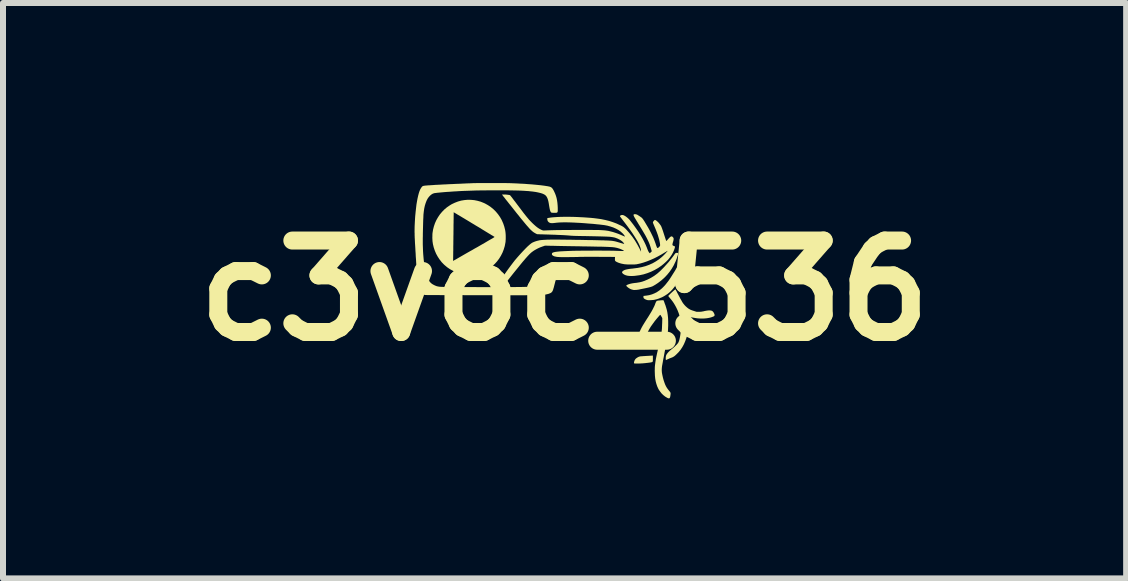
<source format=kicad_pcb>
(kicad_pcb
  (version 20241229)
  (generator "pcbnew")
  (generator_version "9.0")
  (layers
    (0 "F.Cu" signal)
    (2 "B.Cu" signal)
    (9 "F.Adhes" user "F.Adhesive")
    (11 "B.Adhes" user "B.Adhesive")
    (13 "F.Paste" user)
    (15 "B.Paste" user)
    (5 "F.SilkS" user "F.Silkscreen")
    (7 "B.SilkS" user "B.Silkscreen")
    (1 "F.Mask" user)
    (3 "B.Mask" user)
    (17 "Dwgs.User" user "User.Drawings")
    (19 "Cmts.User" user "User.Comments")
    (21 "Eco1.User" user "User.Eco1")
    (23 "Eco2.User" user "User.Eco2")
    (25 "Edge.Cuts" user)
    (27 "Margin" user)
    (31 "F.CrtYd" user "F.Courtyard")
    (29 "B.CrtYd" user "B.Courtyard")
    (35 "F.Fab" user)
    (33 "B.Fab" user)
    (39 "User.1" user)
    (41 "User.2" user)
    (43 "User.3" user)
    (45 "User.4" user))
  (footprint "c3voc_536"
    (layer "F.Cu")
    (at 6.357 1.793)
    (property "Reference" "c3voc_536" (at 0 0 0) (layer "F.SilkS") (effects (font (size 1.524 1.524) (thickness 0.3))))
    (attr board_only exclude_from_pos_files exclude_from_bom)
    (fp_poly (pts (xy 1.472 1.13) (xy 1.472 1.149) (xy 1.472 1.163) (xy 1.471 1.174) (xy 1.469 1.181) (xy 1.466 1.186) (xy 1.462 1.189) (xy 1.456 1.192) (xy 1.45 1.193) (xy 1.44 1.195) (xy 1.426 1.198) (xy 1.409 1.2) (xy 1.388 1.203) (xy 1.366 1.205) (xy 1.342 1.208) (xy 1.318 1.21) (xy 1.295 1.212) (xy 1.272 1.213) (xy 1.252 1.214) (xy 1.235 1.215) (xy 1.235 1.215) (xy 1.218 1.215) (xy 1.201 1.215) (xy 1.187 1.215) (xy 1.177 1.214) (xy 1.17 1.214) (xy 1.163 1.213) (xy 1.159 1.211) (xy 1.157 1.208) (xy 1.157 1.201) (xy 1.158 1.192) (xy 1.163 1.173) (xy 1.171 1.155) (xy 1.183 1.138) (xy 1.188 1.133) (xy 1.201 1.123) (xy 1.216 1.113) (xy 1.233 1.104) (xy 1.25 1.098) (xy 1.259 1.096) (xy 1.266 1.095) (xy 1.278 1.094) (xy 1.294 1.093) (xy 1.314 1.091) (xy 1.337 1.09) (xy 1.362 1.088) (xy 1.389 1.087) (xy 1.418 1.085) (xy 1.437 1.084) (xy 1.472 1.082)) (stroke (width 0) (type solid)) (fill yes) (layer "F.SilkS"))
    (fp_poly (pts (xy 1.932 -0.459) (xy 1.939 -0.454) (xy 1.946 -0.447) (xy 1.954 -0.439) (xy 1.96 -0.43) (xy 1.963 -0.425) (xy 1.966 -0.418) (xy 1.967 -0.411) (xy 1.968 -0.403) (xy 1.967 -0.392) (xy 1.965 -0.377) (xy 1.961 -0.357) (xy 1.955 -0.335) (xy 1.948 -0.31) (xy 1.94 -0.283) (xy 1.931 -0.256) (xy 1.922 -0.23) (xy 1.913 -0.207) (xy 1.889 -0.154) (xy 1.861 -0.104) (xy 1.829 -0.059) (xy 1.794 -0.016) (xy 1.756 0.022) (xy 1.715 0.056) (xy 1.67 0.085) (xy 1.623 0.111) (xy 1.612 0.115) (xy 1.574 0.131) (xy 1.536 0.143) (xy 1.499 0.152) (xy 1.484 0.155) (xy 1.466 0.156) (xy 1.447 0.158) (xy 1.427 0.159) (xy 1.409 0.159) (xy 1.393 0.159) (xy 1.381 0.158) (xy 1.38 0.157) (xy 1.369 0.154) (xy 1.356 0.149) (xy 1.343 0.143) (xy 1.332 0.136) (xy 1.323 0.13) (xy 1.321 0.127) (xy 1.317 0.121) (xy 1.315 0.115) (xy 1.315 0.105) (xy 1.315 0.104) (xy 1.315 0.088) (xy 1.326 0.087) (xy 1.334 0.086) (xy 1.345 0.085) (xy 1.358 0.083) (xy 1.363 0.083) (xy 1.411 0.075) (xy 1.457 0.062) (xy 1.501 0.044) (xy 1.544 0.021) (xy 1.584 -0.006) (xy 1.624 -0.039) (xy 1.634 -0.049) (xy 1.652 -0.067) (xy 1.67 -0.086) (xy 1.688 -0.107) (xy 1.705 -0.129) (xy 1.724 -0.153) (xy 1.743 -0.179) (xy 1.763 -0.209) (xy 1.784 -0.242) (xy 1.807 -0.279) (xy 1.833 -0.32) (xy 1.844 -0.338) (xy 1.86 -0.366) (xy 1.874 -0.389) (xy 1.886 -0.408) (xy 1.896 -0.423) (xy 1.904 -0.436) (xy 1.91 -0.445) (xy 1.915 -0.452) (xy 1.92 -0.457) (xy 1.923 -0.46) (xy 1.926 -0.461) (xy 1.927 -0.461)) (stroke (width 0) (type solid)) (fill yes) (layer "F.SilkS"))
    (fp_poly (pts (xy 1.867 -0.629) (xy 1.873 -0.629) (xy 1.892 -0.628) (xy 1.893 -0.619) (xy 1.892 -0.612) (xy 1.89 -0.602) (xy 1.886 -0.588) (xy 1.881 -0.572) (xy 1.875 -0.554) (xy 1.869 -0.535) (xy 1.862 -0.516) (xy 1.855 -0.498) (xy 1.848 -0.481) (xy 1.847 -0.48) (xy 1.819 -0.421) (xy 1.786 -0.365) (xy 1.749 -0.312) (xy 1.707 -0.261) (xy 1.661 -0.213) (xy 1.611 -0.169) (xy 1.557 -0.128) (xy 1.51 -0.097) (xy 1.496 -0.089) (xy 1.484 -0.082) (xy 1.473 -0.076) (xy 1.461 -0.07) (xy 1.449 -0.066) (xy 1.435 -0.061) (xy 1.419 -0.057) (xy 1.4 -0.052) (xy 1.377 -0.047) (xy 1.35 -0.041) (xy 1.345 -0.04) (xy 1.316 -0.034) (xy 1.291 -0.029) (xy 1.27 -0.025) (xy 1.253 -0.021) (xy 1.239 -0.018) (xy 1.227 -0.016) (xy 1.218 -0.015) (xy 1.209 -0.014) (xy 1.202 -0.013) (xy 1.194 -0.012) (xy 1.186 -0.012) (xy 1.181 -0.012) (xy 1.167 -0.011) (xy 1.156 -0.011) (xy 1.147 -0.012) (xy 1.138 -0.014) (xy 1.128 -0.017) (xy 1.125 -0.017) (xy 1.098 -0.027) (xy 1.075 -0.04) (xy 1.053 -0.056) (xy 1.047 -0.062) (xy 1.026 -0.081) (xy 1.032 -0.087) (xy 1.043 -0.096) (xy 1.059 -0.103) (xy 1.08 -0.11) (xy 1.105 -0.117) (xy 1.136 -0.123) (xy 1.172 -0.128) (xy 1.175 -0.128) (xy 1.202 -0.131) (xy 1.225 -0.135) (xy 1.245 -0.138) (xy 1.263 -0.142) (xy 1.279 -0.146) (xy 1.295 -0.15) (xy 1.311 -0.156) (xy 1.325 -0.16) (xy 1.384 -0.185) (xy 1.441 -0.214) (xy 1.495 -0.247) (xy 1.545 -0.284) (xy 1.569 -0.305) (xy 1.595 -0.328) (xy 1.623 -0.356) (xy 1.652 -0.385) (xy 1.681 -0.417) (xy 1.711 -0.45) (xy 1.74 -0.483) (xy 1.767 -0.517) (xy 1.793 -0.55) (xy 1.817 -0.582) (xy 1.823 -0.591) (xy 1.833 -0.605) (xy 1.841 -0.615) (xy 1.846 -0.622) (xy 1.851 -0.626) (xy 1.856 -0.628) (xy 1.861 -0.629)) (stroke (width 0) (type solid)) (fill yes) (layer "F.SilkS"))
    (fp_poly (pts (xy 1.85 -0.018) (xy 1.853 -0.012) (xy 1.859 -0.002) (xy 1.866 0.011) (xy 1.874 0.027) (xy 1.882 0.043) (xy 1.9 0.077) (xy 1.917 0.109) (xy 1.932 0.138) (xy 1.947 0.163) (xy 1.959 0.185) (xy 1.97 0.203) (xy 1.978 0.214) (xy 1.998 0.239) (xy 2.02 0.262) (xy 2.045 0.284) (xy 2.069 0.302) (xy 2.094 0.316) (xy 2.094 0.316) (xy 2.103 0.32) (xy 2.116 0.325) (xy 2.132 0.331) (xy 2.148 0.336) (xy 2.157 0.339) (xy 2.201 0.353) (xy 2.237 0.353) (xy 2.251 0.353) (xy 2.262 0.352) (xy 2.274 0.351) (xy 2.286 0.35) (xy 2.3 0.347) (xy 2.318 0.344) (xy 2.328 0.341) (xy 2.359 0.335) (xy 2.386 0.331) (xy 2.408 0.329) (xy 2.427 0.33) (xy 2.443 0.332) (xy 2.456 0.337) (xy 2.468 0.344) (xy 2.477 0.355) (xy 2.486 0.367) (xy 2.492 0.38) (xy 2.498 0.394) (xy 2.501 0.406) (xy 2.499 0.415) (xy 2.494 0.423) (xy 2.483 0.43) (xy 2.468 0.436) (xy 2.465 0.437) (xy 2.44 0.446) (xy 2.415 0.452) (xy 2.39 0.457) (xy 2.362 0.461) (xy 2.33 0.464) (xy 2.328 0.464) (xy 2.29 0.465) (xy 2.251 0.464) (xy 2.21 0.461) (xy 2.166 0.454) (xy 2.126 0.447) (xy 2.106 0.443) (xy 2.091 0.44) (xy 2.08 0.438) (xy 2.073 0.438) (xy 2.067 0.438) (xy 2.064 0.44) (xy 2.062 0.443) (xy 2.061 0.445) (xy 2.06 0.45) (xy 2.06 0.459) (xy 2.059 0.473) (xy 2.059 0.49) (xy 2.06 0.509) (xy 2.06 0.531) (xy 2.061 0.553) (xy 2.062 0.576) (xy 2.063 0.599) (xy 2.063 0.615) (xy 2.063 0.632) (xy 2.061 0.65) (xy 2.058 0.67) (xy 2.054 0.693) (xy 2.048 0.721) (xy 2.046 0.728) (xy 2.031 0.787) (xy 2.011 0.842) (xy 1.989 0.893) (xy 1.963 0.941) (xy 1.933 0.986) (xy 1.899 1.027) (xy 1.861 1.065) (xy 1.847 1.078) (xy 1.834 1.089) (xy 1.823 1.097) (xy 1.811 1.104) (xy 1.798 1.111) (xy 1.782 1.117) (xy 1.769 1.122) (xy 1.755 1.127) (xy 1.738 1.135) (xy 1.722 1.142) (xy 1.717 1.144) (xy 1.69 1.157) (xy 1.688 1.15) (xy 1.686 1.143) (xy 1.686 1.132) (xy 1.686 1.118) (xy 1.687 1.105) (xy 1.689 1.092) (xy 1.692 1.082) (xy 1.692 1.081) (xy 1.698 1.067) (xy 1.708 1.052) (xy 1.721 1.035) (xy 1.737 1.018) (xy 1.757 0.999) (xy 1.782 0.978) (xy 1.799 0.964) (xy 1.824 0.943) (xy 1.846 0.922) (xy 1.866 0.903) (xy 1.881 0.886) (xy 1.892 0.872) (xy 1.9 0.857) (xy 1.908 0.837) (xy 1.915 0.812) (xy 1.921 0.784) (xy 1.927 0.752) (xy 1.932 0.716) (xy 1.936 0.678) (xy 1.938 0.638) (xy 1.939 0.635) (xy 1.94 0.58) (xy 1.937 0.527) (xy 1.929 0.475) (xy 1.918 0.425) (xy 1.902 0.375) (xy 1.882 0.324) (xy 1.861 0.28) (xy 1.841 0.243) (xy 1.82 0.208) (xy 1.797 0.175) (xy 1.771 0.142) (xy 1.755 0.123) (xy 1.746 0.113) (xy 1.739 0.103) (xy 1.733 0.096) (xy 1.73 0.092) (xy 1.73 0.092) (xy 1.73 0.09) (xy 1.73 0.087) (xy 1.733 0.083) (xy 1.738 0.077) (xy 1.746 0.069) (xy 1.756 0.059) (xy 1.766 0.049) (xy 1.782 0.034) (xy 1.797 0.02) (xy 1.811 0.008) (xy 1.823 -0.003) (xy 1.834 -0.012) (xy 1.842 -0.018) (xy 1.847 -0.021) (xy 1.848 -0.021)) (stroke (width 0) (type solid)) (fill yes) (layer "F.SilkS"))
    (fp_poly (pts (xy -1.559 -1.513) (xy -1.504 -1.508) (xy -1.45 -1.497) (xy -1.397 -1.482) (xy -1.345 -1.461) (xy -1.325 -1.452) (xy -1.275 -1.424) (xy -1.228 -1.392) (xy -1.184 -1.356) (xy -1.144 -1.316) (xy -1.108 -1.273) (xy -1.075 -1.226) (xy -1.047 -1.177) (xy -1.045 -1.172) (xy -1.022 -1.12) (xy -1.004 -1.067) (xy -0.99 -1.011) (xy -0.985 -0.98) (xy -0.983 -0.961) (xy -0.981 -0.937) (xy -0.98 -0.912) (xy -0.98 -0.885) (xy -0.98 -0.859) (xy -0.982 -0.834) (xy -0.983 -0.813) (xy -0.985 -0.801) (xy -0.996 -0.743) (xy -1.013 -0.687) (xy -1.034 -0.633) (xy -1.06 -0.582) (xy -1.09 -0.533) (xy -1.125 -0.487) (xy -1.161 -0.447) (xy -1.202 -0.409) (xy -1.247 -0.375) (xy -1.295 -0.345) (xy -1.345 -0.32) (xy -1.397 -0.299) (xy -1.451 -0.283) (xy -1.503 -0.273) (xy -1.514 -0.272) (xy -1.53 -0.271) (xy -1.548 -0.269) (xy -1.568 -0.269) (xy -1.588 -0.268) (xy -1.606 -0.268) (xy -1.623 -0.268) (xy -1.636 -0.268) (xy -1.64 -0.268) (xy -1.697 -0.276) (xy -1.753 -0.289) (xy -1.806 -0.307) (xy -1.858 -0.33) (xy -1.908 -0.357) (xy -1.955 -0.389) (xy -1.999 -0.426) (xy -2.009 -0.435) (xy -2.048 -0.475) (xy -2.063 -0.495) (xy -1.857 -0.495) (xy -1.848 -0.5) (xy -1.844 -0.502) (xy -1.837 -0.507) (xy -1.825 -0.513) (xy -1.809 -0.522) (xy -1.79 -0.533) (xy -1.768 -0.546) (xy -1.742 -0.561) (xy -1.714 -0.577) (xy -1.683 -0.595) (xy -1.65 -0.614) (xy -1.615 -0.634) (xy -1.578 -0.655) (xy -1.54 -0.676) (xy -1.501 -0.699) (xy -1.452 -0.726) (xy -1.409 -0.751) (xy -1.369 -0.774) (xy -1.334 -0.794) (xy -1.302 -0.813) (xy -1.275 -0.829) (xy -1.251 -0.843) (xy -1.23 -0.855) (xy -1.212 -0.865) (xy -1.198 -0.873) (xy -1.187 -0.88) (xy -1.178 -0.886) (xy -1.172 -0.89) (xy -1.168 -0.893) (xy -1.166 -0.895) (xy -1.166 -0.895) (xy -1.169 -0.897) (xy -1.176 -0.901) (xy -1.186 -0.908) (xy -1.201 -0.917) (xy -1.219 -0.927) (xy -1.239 -0.94) (xy -1.263 -0.954) (xy -1.289 -0.97) (xy -1.317 -0.987) (xy -1.346 -1.005) (xy -1.378 -1.024) (xy -1.41 -1.044) (xy -1.443 -1.064) (xy -1.477 -1.084) (xy -1.511 -1.105) (xy -1.545 -1.125) (xy -1.579 -1.146) (xy -1.612 -1.166) (xy -1.644 -1.185) (xy -1.675 -1.204) (xy -1.704 -1.221) (xy -1.732 -1.238) (xy -1.757 -1.253) (xy -1.78 -1.266) (xy -1.799 -1.278) (xy -1.816 -1.288) (xy -1.83 -1.296) (xy -1.839 -1.302) (xy -1.845 -1.306) (xy -1.847 -1.306) (xy -1.847 -1.304) (xy -1.847 -1.296) (xy -1.847 -1.284) (xy -1.847 -1.267) (xy -1.848 -1.246) (xy -1.848 -1.222) (xy -1.848 -1.195) (xy -1.849 -1.165) (xy -1.849 -1.132) (xy -1.85 -1.097) (xy -1.85 -1.06) (xy -1.85 -1.025) (xy -1.851 -0.984) (xy -1.851 -0.942) (xy -1.852 -0.899) (xy -1.852 -0.858) (xy -1.853 -0.817) (xy -1.853 -0.777) (xy -1.854 -0.74) (xy -1.854 -0.706) (xy -1.854 -0.675) (xy -1.855 -0.648) (xy -1.855 -0.626) (xy -1.855 -0.62) (xy -1.857 -0.495) (xy -2.063 -0.495) (xy -2.082 -0.519) (xy -2.113 -0.566) (xy -2.14 -0.615) (xy -2.162 -0.667) (xy -2.18 -0.721) (xy -2.193 -0.775) (xy -2.2 -0.822) (xy -2.201 -0.84) (xy -2.202 -0.861) (xy -2.203 -0.884) (xy -2.202 -0.908) (xy -2.202 -0.931) (xy -2.201 -0.951) (xy -2.2 -0.96) (xy -2.191 -1.016) (xy -2.177 -1.071) (xy -2.159 -1.124) (xy -2.136 -1.175) (xy -2.108 -1.224) (xy -2.077 -1.27) (xy -2.041 -1.313) (xy -2.002 -1.353) (xy -1.959 -1.389) (xy -1.912 -1.421) (xy -1.879 -1.441) (xy -1.828 -1.465) (xy -1.776 -1.485) (xy -1.723 -1.5) (xy -1.669 -1.509) (xy -1.614 -1.514)) (stroke (width 0) (type solid)) (fill yes) (layer "F.SilkS"))
    (fp_poly (pts (xy 1.647 0.159) (xy 1.648 0.16) (xy 1.65 0.163) (xy 1.653 0.17) (xy 1.658 0.181) (xy 1.663 0.195) (xy 1.668 0.21) (xy 1.674 0.226) (xy 1.68 0.241) (xy 1.685 0.256) (xy 1.689 0.27) (xy 1.69 0.272) (xy 1.703 0.316) (xy 1.713 0.361) (xy 1.72 0.408) (xy 1.725 0.459) (xy 1.727 0.512) (xy 1.727 0.57) (xy 1.727 0.583) (xy 1.726 0.607) (xy 1.725 0.631) (xy 1.724 0.655) (xy 1.722 0.68) (xy 1.719 0.705) (xy 1.716 0.732) (xy 1.713 0.761) (xy 1.708 0.792) (xy 1.703 0.825) (xy 1.697 0.862) (xy 1.69 0.901) (xy 1.682 0.945) (xy 1.674 0.993) (xy 1.664 1.045) (xy 1.659 1.073) (xy 1.652 1.111) (xy 1.645 1.144) (xy 1.64 1.172) (xy 1.636 1.196) (xy 1.632 1.217) (xy 1.629 1.234) (xy 1.626 1.249) (xy 1.624 1.262) (xy 1.623 1.273) (xy 1.622 1.282) (xy 1.621 1.291) (xy 1.621 1.299) (xy 1.62 1.306) (xy 1.62 1.314) (xy 1.62 1.32) (xy 1.62 1.335) (xy 1.621 1.348) (xy 1.622 1.359) (xy 1.623 1.371) (xy 1.626 1.385) (xy 1.629 1.403) (xy 1.63 1.407) (xy 1.64 1.452) (xy 1.651 1.492) (xy 1.663 1.528) (xy 1.675 1.561) (xy 1.689 1.591) (xy 1.705 1.619) (xy 1.723 1.644) (xy 1.743 1.669) (xy 1.745 1.672) (xy 1.755 1.683) (xy 1.761 1.692) (xy 1.765 1.7) (xy 1.767 1.707) (xy 1.767 1.717) (xy 1.766 1.729) (xy 1.766 1.731) (xy 1.763 1.753) (xy 1.76 1.77) (xy 1.756 1.782) (xy 1.75 1.791) (xy 1.744 1.795) (xy 1.735 1.795) (xy 1.725 1.792) (xy 1.712 1.786) (xy 1.708 1.784) (xy 1.676 1.765) (xy 1.646 1.741) (xy 1.618 1.714) (xy 1.593 1.682) (xy 1.57 1.649) (xy 1.559 1.628) (xy 1.543 1.592) (xy 1.53 1.553) (xy 1.519 1.511) (xy 1.511 1.466) (xy 1.506 1.417) (xy 1.504 1.364) (xy 1.503 1.333) (xy 1.504 1.31) (xy 1.504 1.288) (xy 1.505 1.266) (xy 1.507 1.244) (xy 1.51 1.221) (xy 1.513 1.197) (xy 1.517 1.171) (xy 1.521 1.144) (xy 1.527 1.114) (xy 1.534 1.081) (xy 1.542 1.044) (xy 1.551 1.004) (xy 1.561 0.959) (xy 1.57 0.923) (xy 1.579 0.882) (xy 1.587 0.847) (xy 1.595 0.815) (xy 1.601 0.786) (xy 1.606 0.761) (xy 1.61 0.737) (xy 1.614 0.715) (xy 1.617 0.694) (xy 1.619 0.674) (xy 1.621 0.653) (xy 1.623 0.631) (xy 1.624 0.608) (xy 1.625 0.582) (xy 1.626 0.554) (xy 1.627 0.542) (xy 1.629 0.458) (xy 1.615 0.432) (xy 1.608 0.421) (xy 1.603 0.412) (xy 1.599 0.406) (xy 1.597 0.404) (xy 1.595 0.404) (xy 1.592 0.405) (xy 1.587 0.409) (xy 1.58 0.416) (xy 1.572 0.426) (xy 1.56 0.439) (xy 1.546 0.456) (xy 1.543 0.459) (xy 1.503 0.508) (xy 1.468 0.556) (xy 1.436 0.601) (xy 1.41 0.645) (xy 1.387 0.689) (xy 1.368 0.731) (xy 1.352 0.773) (xy 1.341 0.815) (xy 1.332 0.857) (xy 1.328 0.896) (xy 1.326 0.909) (xy 1.325 0.919) (xy 1.324 0.926) (xy 1.32 0.931) (xy 1.315 0.934) (xy 1.307 0.937) (xy 1.295 0.939) (xy 1.279 0.942) (xy 1.245 0.948) (xy 1.238 0.942) (xy 1.233 0.937) (xy 1.229 0.93) (xy 1.226 0.919) (xy 1.223 0.904) (xy 1.221 0.886) (xy 1.22 0.867) (xy 1.22 0.845) (xy 1.221 0.821) (xy 1.223 0.797) (xy 1.225 0.774) (xy 1.229 0.753) (xy 1.229 0.751) (xy 1.235 0.729) (xy 1.243 0.705) (xy 1.254 0.679) (xy 1.268 0.649) (xy 1.284 0.617) (xy 1.304 0.581) (xy 1.328 0.542) (xy 1.354 0.5) (xy 1.37 0.475) (xy 1.399 0.43) (xy 1.424 0.389) (xy 1.447 0.351) (xy 1.466 0.317) (xy 1.482 0.285) (xy 1.496 0.257) (xy 1.507 0.231) (xy 1.513 0.213) (xy 1.52 0.197) (xy 1.526 0.185) (xy 1.532 0.176) (xy 1.539 0.171) (xy 1.547 0.168) (xy 1.553 0.167) (xy 1.563 0.165) (xy 1.576 0.164) (xy 1.589 0.163) (xy 1.604 0.161) (xy 1.618 0.16) (xy 1.63 0.16) (xy 1.64 0.159)) (stroke (width 0) (type solid)) (fill yes) (layer "F.SilkS"))
    (fp_poly (pts (xy -1.156 -1.793) (xy -1.114 -1.793) (xy -1.074 -1.793) (xy -1.035 -1.793) (xy -0.999 -1.792) (xy -0.966 -1.792) (xy -0.936 -1.791) (xy -0.91 -1.791) (xy -0.889 -1.79) (xy -0.884 -1.79) (xy -0.808 -1.787) (xy -0.737 -1.783) (xy -0.671 -1.78) (xy -0.609 -1.775) (xy -0.551 -1.771) (xy -0.496 -1.766) (xy -0.445 -1.761) (xy -0.396 -1.756) (xy -0.349 -1.75) (xy -0.327 -1.747) (xy -0.303 -1.743) (xy -0.283 -1.74) (xy -0.268 -1.737) (xy -0.255 -1.734) (xy -0.245 -1.732) (xy -0.236 -1.728) (xy -0.229 -1.725) (xy -0.226 -1.723) (xy -0.216 -1.717) (xy -0.208 -1.709) (xy -0.199 -1.698) (xy -0.19 -1.684) (xy -0.18 -1.666) (xy -0.173 -1.652) (xy -0.157 -1.617) (xy -0.144 -1.582) (xy -0.133 -1.545) (xy -0.125 -1.506) (xy -0.119 -1.464) (xy -0.115 -1.419) (xy -0.113 -1.378) (xy -0.113 -1.356) (xy -0.113 -1.339) (xy -0.113 -1.326) (xy -0.115 -1.316) (xy -0.117 -1.309) (xy -0.121 -1.304) (xy -0.125 -1.301) (xy -0.129 -1.299) (xy -0.137 -1.298) (xy -0.147 -1.297) (xy -0.161 -1.297) (xy -0.175 -1.297) (xy -0.189 -1.297) (xy -0.203 -1.298) (xy -0.213 -1.299) (xy -0.22 -1.301) (xy -0.221 -1.301) (xy -0.228 -1.308) (xy -0.235 -1.32) (xy -0.241 -1.337) (xy -0.247 -1.36) (xy -0.252 -1.387) (xy -0.256 -1.41) (xy -0.262 -1.448) (xy -0.268 -1.481) (xy -0.275 -1.509) (xy -0.283 -1.534) (xy -0.292 -1.554) (xy -0.303 -1.572) (xy -0.316 -1.587) (xy -0.332 -1.599) (xy -0.351 -1.609) (xy -0.372 -1.618) (xy -0.398 -1.626) (xy -0.427 -1.633) (xy -0.454 -1.639) (xy -0.48 -1.644) (xy -0.508 -1.648) (xy -0.537 -1.652) (xy -0.569 -1.655) (xy -0.603 -1.659) (xy -0.639 -1.661) (xy -0.679 -1.664) (xy -0.721 -1.666) (xy -0.767 -1.668) (xy -0.816 -1.669) (xy -0.869 -1.67) (xy -0.926 -1.671) (xy -0.988 -1.671) (xy -1.054 -1.672) (xy -1.125 -1.672) (xy -1.201 -1.671) (xy -1.203 -1.671) (xy -1.253 -1.671) (xy -1.298 -1.671) (xy -1.339 -1.67) (xy -1.376 -1.67) (xy -1.41 -1.67) (xy -1.442 -1.669) (xy -1.472 -1.669) (xy -1.501 -1.668) (xy -1.528 -1.667) (xy -1.556 -1.666) (xy -1.584 -1.665) (xy -1.613 -1.664) (xy -1.644 -1.663) (xy -1.676 -1.662) (xy -1.679 -1.662) (xy -1.719 -1.66) (xy -1.76 -1.658) (xy -1.801 -1.655) (xy -1.843 -1.653) (xy -1.884 -1.65) (xy -1.923 -1.647) (xy -1.962 -1.645) (xy -1.999 -1.642) (xy -2.033 -1.639) (xy -2.065 -1.636) (xy -2.094 -1.633) (xy -2.119 -1.631) (xy -2.141 -1.628) (xy -2.158 -1.626) (xy -2.171 -1.624) (xy -2.175 -1.623) (xy -2.199 -1.614) (xy -2.221 -1.6) (xy -2.243 -1.581) (xy -2.263 -1.559) (xy -2.282 -1.532) (xy -2.298 -1.501) (xy -2.301 -1.494) (xy -2.315 -1.457) (xy -2.328 -1.415) (xy -2.338 -1.369) (xy -2.345 -1.321) (xy -2.349 -1.285) (xy -2.351 -1.265) (xy -2.352 -1.24) (xy -2.353 -1.211) (xy -2.355 -1.179) (xy -2.356 -1.144) (xy -2.357 -1.106) (xy -2.358 -1.068) (xy -2.359 -1.028) (xy -2.36 -0.989) (xy -2.361 -0.949) (xy -2.361 -0.911) (xy -2.362 -0.875) (xy -2.362 -0.841) (xy -2.362 -0.81) (xy -2.362 -0.783) (xy -2.362 -0.771) (xy -2.36 -0.712) (xy -2.358 -0.658) (xy -2.355 -0.608) (xy -2.351 -0.562) (xy -2.347 -0.518) (xy -2.342 -0.476) (xy -2.335 -0.435) (xy -2.328 -0.396) (xy -2.32 -0.356) (xy -2.31 -0.316) (xy -2.301 -0.279) (xy -2.291 -0.247) (xy -2.282 -0.219) (xy -2.272 -0.195) (xy -2.262 -0.175) (xy -2.252 -0.157) (xy -2.241 -0.142) (xy -2.228 -0.129) (xy -2.219 -0.121) (xy -2.206 -0.111) (xy -2.189 -0.101) (xy -2.17 -0.091) (xy -2.15 -0.082) (xy -2.132 -0.075) (xy -2.121 -0.072) (xy -2.116 -0.071) (xy -2.111 -0.07) (xy -2.106 -0.069) (xy -2.101 -0.068) (xy -2.095 -0.067) (xy -2.088 -0.066) (xy -2.081 -0.065) (xy -2.072 -0.064) (xy -2.062 -0.064) (xy -2.05 -0.063) (xy -2.037 -0.063) (xy -2.021 -0.062) (xy -2.003 -0.062) (xy -1.983 -0.062) (xy -1.96 -0.061) (xy -1.934 -0.061) (xy -1.905 -0.061) (xy -1.873 -0.061) (xy -1.837 -0.06) (xy -1.797 -0.06) (xy -1.754 -0.06) (xy -1.706 -0.06) (xy -1.653 -0.06) (xy -1.596 -0.06) (xy -1.535 -0.06) (xy -1.468 -0.059) (xy -1.455 -0.059) (xy -1.364 -0.059) (xy -1.279 -0.059) (xy -1.199 -0.059) (xy -1.124 -0.059) (xy -1.053 -0.059) (xy -0.987 -0.059) (xy -0.925 -0.06) (xy -0.868 -0.06) (xy -0.815 -0.06) (xy -0.766 -0.061) (xy -0.72 -0.061) (xy -0.678 -0.062) (xy -0.64 -0.063) (xy -0.605 -0.063) (xy -0.573 -0.064) (xy -0.544 -0.065) (xy -0.518 -0.066) (xy -0.495 -0.067) (xy -0.474 -0.069) (xy -0.456 -0.07) (xy -0.44 -0.072) (xy -0.426 -0.073) (xy -0.414 -0.075) (xy -0.404 -0.077) (xy -0.396 -0.079) (xy -0.391 -0.08) (xy -0.372 -0.088) (xy -0.355 -0.099) (xy -0.339 -0.114) (xy -0.324 -0.132) (xy -0.311 -0.155) (xy -0.298 -0.182) (xy -0.287 -0.213) (xy -0.277 -0.248) (xy -0.268 -0.289) (xy -0.26 -0.335) (xy -0.256 -0.356) (xy -0.253 -0.373) (xy -0.251 -0.39) (xy -0.248 -0.404) (xy -0.246 -0.416) (xy -0.244 -0.423) (xy -0.244 -0.423) (xy -0.237 -0.439) (xy -0.226 -0.452) (xy -0.211 -0.462) (xy -0.194 -0.469) (xy -0.177 -0.471) (xy -0.161 -0.468) (xy -0.147 -0.46) (xy -0.145 -0.458) (xy -0.138 -0.451) (xy -0.132 -0.443) (xy -0.129 -0.434) (xy -0.126 -0.423) (xy -0.124 -0.408) (xy -0.123 -0.389) (xy -0.123 -0.385) (xy -0.123 -0.361) (xy -0.124 -0.337) (xy -0.125 -0.313) (xy -0.128 -0.287) (xy -0.132 -0.259) (xy -0.138 -0.229) (xy -0.145 -0.194) (xy -0.152 -0.16) (xy -0.159 -0.132) (xy -0.166 -0.105) (xy -0.173 -0.078) (xy -0.179 -0.054) (xy -0.186 -0.032) (xy -0.191 -0.014) (xy -0.195 -0.004) (xy -0.204 0.014) (xy -0.218 0.03) (xy -0.231 0.039) (xy -0.247 0.046) (xy -0.268 0.054) (xy -0.293 0.06) (xy -0.321 0.066) (xy -0.351 0.071) (xy -0.384 0.074) (xy -0.39 0.075) (xy -0.397 0.075) (xy -0.408 0.075) (xy -0.425 0.075) (xy -0.446 0.076) (xy -0.472 0.076) (xy -0.503 0.076) (xy -0.538 0.076) (xy -0.577 0.076) (xy -0.62 0.076) (xy -0.666 0.077) (xy -0.717 0.077) (xy -0.771 0.077) (xy -0.828 0.077) (xy -0.888 0.077) (xy -0.951 0.077) (xy -1.017 0.077) (xy -1.086 0.077) (xy -1.157 0.077) (xy -1.23 0.076) (xy -1.305 0.076) (xy -1.382 0.076) (xy -1.461 0.076) (xy -1.542 0.076) (xy -1.624 0.076) (xy -1.707 0.075) (xy -1.791 0.075) (xy -1.876 0.075) (xy -1.937 0.075) (xy -2.329 0.073) (xy -2.342 0.065) (xy -2.355 0.053) (xy -2.368 0.036) (xy -2.381 0.015) (xy -2.393 -0.01) (xy -2.405 -0.039) (xy -2.416 -0.07) (xy -2.425 -0.104) (xy -2.429 -0.123) (xy -2.437 -0.158) (xy -2.443 -0.193) (xy -2.449 -0.229) (xy -2.454 -0.265) (xy -2.459 -0.304) (xy -2.463 -0.345) (xy -2.467 -0.39) (xy -2.47 -0.438) (xy -2.472 -0.463) (xy -2.475 -0.519) (xy -2.479 -0.57) (xy -2.481 -0.617) (xy -2.484 -0.659) (xy -2.486 -0.698) (xy -2.488 -0.732) (xy -2.49 -0.763) (xy -2.492 -0.79) (xy -2.493 -0.815) (xy -2.494 -0.837) (xy -2.495 -0.857) (xy -2.496 -0.874) (xy -2.497 -0.891) (xy -2.497 -0.905) (xy -2.498 -0.919) (xy -2.498 -0.932) (xy -2.498 -0.944) (xy -2.498 -0.956) (xy -2.499 -0.968) (xy -2.499 -0.981) (xy -2.499 -0.992) (xy -2.498 -1.07) (xy -2.494 -1.151) (xy -2.489 -1.234) (xy -2.481 -1.316) (xy -2.472 -1.396) (xy -2.467 -1.438) (xy -2.458 -1.491) (xy -2.449 -1.539) (xy -2.439 -1.583) (xy -2.429 -1.621) (xy -2.418 -1.655) (xy -2.406 -1.684) (xy -2.393 -1.707) (xy -2.38 -1.726) (xy -2.375 -1.732) (xy -2.369 -1.737) (xy -2.364 -1.741) (xy -2.357 -1.744) (xy -2.349 -1.746) (xy -2.338 -1.748) (xy -2.323 -1.75) (xy -2.313 -1.751) (xy -2.299 -1.752) (xy -2.279 -1.754) (xy -2.255 -1.755) (xy -2.226 -1.757) (xy -2.193 -1.759) (xy -2.156 -1.762) (xy -2.115 -1.764) (xy -2.071 -1.766) (xy -2.024 -1.769) (xy -1.973 -1.771) (xy -1.92 -1.774) (xy -1.865 -1.776) (xy -1.808 -1.779) (xy -1.749 -1.781) (xy -1.689 -1.784) (xy -1.627 -1.787) (xy -1.564 -1.789) (xy -1.545 -1.79) (xy -1.526 -1.791) (xy -1.501 -1.791) (xy -1.472 -1.792) (xy -1.44 -1.792) (xy -1.404 -1.793) (xy -1.366 -1.793) (xy -1.326 -1.793) (xy -1.284 -1.793) (xy -1.242 -1.793) (xy -1.199 -1.793)) (stroke (width 0) (type solid)) (fill yes) (layer "F.SilkS"))
    (fp_poly (pts (xy -0.991 -1.602) (xy -0.975 -1.601) (xy -0.958 -1.599) (xy -0.942 -1.597) (xy -0.928 -1.595) (xy -0.917 -1.593) (xy -0.91 -1.591) (xy -0.909 -1.59) (xy -0.907 -1.588) (xy -0.905 -1.586) (xy -0.903 -1.584) (xy -0.899 -1.58) (xy -0.895 -1.574) (xy -0.889 -1.567) (xy -0.882 -1.558) (xy -0.873 -1.547) (xy -0.863 -1.533) (xy -0.85 -1.516) (xy -0.835 -1.496) (xy -0.817 -1.473) (xy -0.796 -1.445) (xy -0.784 -1.429) (xy -0.756 -1.392) (xy -0.731 -1.359) (xy -0.709 -1.33) (xy -0.689 -1.303) (xy -0.671 -1.28) (xy -0.655 -1.26) (xy -0.64 -1.241) (xy -0.627 -1.225) (xy -0.615 -1.211) (xy -0.604 -1.198) (xy -0.594 -1.185) (xy -0.583 -1.174) (xy -0.573 -1.163) (xy -0.563 -1.153) (xy -0.552 -1.142) (xy -0.544 -1.133) (xy -0.509 -1.1) (xy -0.476 -1.071) (xy -0.445 -1.047) (xy -0.415 -1.028) (xy -0.388 -1.014) (xy -0.368 -1.006) (xy -0.36 -1.004) (xy -0.353 -1.003) (xy -0.344 -1.002) (xy -0.332 -1.003) (xy -0.323 -1.003) (xy -0.303 -1.004) (xy -0.279 -1.005) (xy -0.25 -1.006) (xy -0.217 -1.007) (xy -0.179 -1.008) (xy -0.138 -1.009) (xy -0.093 -1.009) (xy -0.046 -1.01) (xy 0.005 -1.01) (xy 0.058 -1.011) (xy 0.113 -1.011) (xy 0.17 -1.012) (xy 0.229 -1.012) (xy 0.259 -1.012) (xy 0.31 -1.012) (xy 0.357 -1.012) (xy 0.399 -1.012) (xy 0.437 -1.012) (xy 0.471 -1.011) (xy 0.502 -1.011) (xy 0.529 -1.011) (xy 0.553 -1.01) (xy 0.575 -1.01) (xy 0.595 -1.009) (xy 0.613 -1.008) (xy 0.629 -1.007) (xy 0.645 -1.006) (xy 0.659 -1.005) (xy 0.673 -1.004) (xy 0.688 -1.002) (xy 0.695 -1.001) (xy 0.729 -0.996) (xy 0.766 -0.987) (xy 0.806 -0.977) (xy 0.849 -0.963) (xy 0.892 -0.948) (xy 0.936 -0.93) (xy 0.961 -0.919) (xy 0.975 -0.913) (xy 0.987 -0.908) (xy 0.996 -0.904) (xy 1.001 -0.902) (xy 1.003 -0.901) (xy 1.005 -0.903) (xy 1.004 -0.908) (xy 1 -0.916) (xy 0.993 -0.925) (xy 0.985 -0.936) (xy 0.975 -0.948) (xy 0.965 -0.957) (xy 0.934 -0.985) (xy 0.898 -1.01) (xy 0.858 -1.032) (xy 0.814 -1.052) (xy 0.766 -1.068) (xy 0.716 -1.082) (xy 0.68 -1.089) (xy 0.662 -1.092) (xy 0.639 -1.095) (xy 0.612 -1.098) (xy 0.581 -1.102) (xy 0.547 -1.105) (xy 0.51 -1.109) (xy 0.47 -1.113) (xy 0.429 -1.116) (xy 0.387 -1.119) (xy 0.343 -1.123) (xy 0.3 -1.126) (xy 0.257 -1.129) (xy 0.214 -1.131) (xy 0.199 -1.132) (xy 0.138 -1.135) (xy 0.082 -1.137) (xy 0.031 -1.138) (xy -0.016 -1.138) (xy -0.058 -1.137) (xy -0.097 -1.135) (xy -0.132 -1.132) (xy -0.164 -1.128) (xy -0.167 -1.128) (xy -0.194 -1.125) (xy -0.217 -1.125) (xy -0.236 -1.127) (xy -0.252 -1.133) (xy -0.265 -1.142) (xy -0.276 -1.154) (xy -0.279 -1.159) (xy -0.283 -1.168) (xy -0.286 -1.178) (xy -0.287 -1.19) (xy -0.288 -1.199) (xy -0.287 -1.206) (xy -0.286 -1.207) (xy -0.283 -1.209) (xy -0.274 -1.211) (xy -0.262 -1.213) (xy -0.247 -1.215) (xy -0.229 -1.218) (xy -0.21 -1.22) (xy -0.189 -1.222) (xy -0.168 -1.224) (xy -0.164 -1.224) (xy -0.12 -1.227) (xy -0.071 -1.229) (xy -0.019 -1.23) (xy 0.035 -1.23) (xy 0.092 -1.23) (xy 0.15 -1.229) (xy 0.208 -1.227) (xy 0.267 -1.224) (xy 0.325 -1.221) (xy 0.381 -1.217) (xy 0.436 -1.213) (xy 0.488 -1.208) (xy 0.536 -1.202) (xy 0.58 -1.196) (xy 0.612 -1.191) (xy 0.68 -1.177) (xy 0.745 -1.161) (xy 0.806 -1.141) (xy 0.865 -1.119) (xy 0.923 -1.092) (xy 0.924 -1.092) (xy 0.945 -1.082) (xy 0.962 -1.073) (xy 0.976 -1.064) (xy 0.989 -1.055) (xy 1.001 -1.044) (xy 1.015 -1.032) (xy 1.03 -1.016) (xy 1.031 -1.016) (xy 1.081 -0.959) (xy 1.129 -0.899) (xy 1.174 -0.834) (xy 1.214 -0.767) (xy 1.244 -0.711) (xy 1.275 -0.649) (xy 1.273 -0.672) (xy 1.271 -0.691) (xy 1.265 -0.713) (xy 1.257 -0.736) (xy 1.246 -0.763) (xy 1.236 -0.784) (xy 1.215 -0.824) (xy 1.19 -0.866) (xy 1.161 -0.912) (xy 1.129 -0.961) (xy 1.092 -1.013) (xy 1.052 -1.068) (xy 1.009 -1.125) (xy 1.009 -1.125) (xy 0.989 -1.151) (xy 0.972 -1.173) (xy 0.958 -1.192) (xy 0.946 -1.207) (xy 0.938 -1.218) (xy 0.931 -1.228) (xy 0.926 -1.234) (xy 0.924 -1.239) (xy 0.923 -1.241) (xy 0.923 -1.241) (xy 0.925 -1.247) (xy 0.932 -1.252) (xy 0.941 -1.257) (xy 0.952 -1.26) (xy 0.962 -1.261) (xy 0.963 -1.261) (xy 0.976 -1.259) (xy 0.991 -1.253) (xy 1.008 -1.244) (xy 1.026 -1.232) (xy 1.045 -1.217) (xy 1.063 -1.201) (xy 1.081 -1.183) (xy 1.094 -1.167) (xy 1.144 -1.103) (xy 1.189 -1.041) (xy 1.23 -0.982) (xy 1.267 -0.924) (xy 1.299 -0.869) (xy 1.327 -0.816) (xy 1.352 -0.764) (xy 1.373 -0.713) (xy 1.376 -0.704) (xy 1.386 -0.678) (xy 1.395 -0.658) (xy 1.404 -0.642) (xy 1.412 -0.632) (xy 1.413 -0.631) (xy 1.421 -0.623) (xy 1.454 -0.656) (xy 1.441 -0.699) (xy 1.434 -0.724) (xy 1.426 -0.748) (xy 1.418 -0.771) (xy 1.409 -0.794) (xy 1.399 -0.817) (xy 1.388 -0.84) (xy 1.376 -0.865) (xy 1.362 -0.892) (xy 1.347 -0.92) (xy 1.329 -0.951) (xy 1.309 -0.985) (xy 1.287 -1.022) (xy 1.262 -1.063) (xy 1.249 -1.084) (xy 1.232 -1.111) (xy 1.218 -1.135) (xy 1.206 -1.154) (xy 1.196 -1.17) (xy 1.188 -1.184) (xy 1.181 -1.195) (xy 1.176 -1.204) (xy 1.171 -1.211) (xy 1.168 -1.218) (xy 1.165 -1.223) (xy 1.162 -1.228) (xy 1.159 -1.234) (xy 1.159 -1.234) (xy 1.152 -1.249) (xy 1.15 -1.26) (xy 1.151 -1.268) (xy 1.157 -1.272) (xy 1.167 -1.274) (xy 1.182 -1.274) (xy 1.182 -1.274) (xy 1.19 -1.272) (xy 1.198 -1.27) (xy 1.207 -1.267) (xy 1.217 -1.262) (xy 1.229 -1.254) (xy 1.245 -1.244) (xy 1.257 -1.236) (xy 1.27 -1.227) (xy 1.28 -1.22) (xy 1.288 -1.213) (xy 1.295 -1.206) (xy 1.302 -1.197) (xy 1.31 -1.187) (xy 1.318 -1.174) (xy 1.329 -1.158) (xy 1.336 -1.146) (xy 1.366 -1.096) (xy 1.394 -1.049) (xy 1.418 -1.006) (xy 1.44 -0.964) (xy 1.459 -0.925) (xy 1.477 -0.887) (xy 1.492 -0.851) (xy 1.506 -0.814) (xy 1.519 -0.778) (xy 1.521 -0.77) (xy 1.528 -0.75) (xy 1.534 -0.734) (xy 1.538 -0.723) (xy 1.543 -0.716) (xy 1.547 -0.711) (xy 1.551 -0.71) (xy 1.555 -0.711) (xy 1.563 -0.716) (xy 1.572 -0.723) (xy 1.58 -0.732) (xy 1.587 -0.74) (xy 1.591 -0.747) (xy 1.592 -0.748) (xy 1.592 -0.756) (xy 1.592 -0.769) (xy 1.59 -0.785) (xy 1.587 -0.803) (xy 1.583 -0.823) (xy 1.579 -0.843) (xy 1.567 -0.885) (xy 1.554 -0.928) (xy 1.538 -0.972) (xy 1.52 -1.019) (xy 1.499 -1.068) (xy 1.495 -1.078) (xy 1.488 -1.094) (xy 1.482 -1.108) (xy 1.477 -1.121) (xy 1.474 -1.13) (xy 1.472 -1.136) (xy 1.472 -1.137) (xy 1.474 -1.143) (xy 1.478 -1.151) (xy 1.485 -1.16) (xy 1.492 -1.168) (xy 1.499 -1.174) (xy 1.5 -1.175) (xy 1.504 -1.177) (xy 1.508 -1.178) (xy 1.514 -1.176) (xy 1.518 -1.173) (xy 1.532 -1.165) (xy 1.547 -1.152) (xy 1.563 -1.137) (xy 1.578 -1.119) (xy 1.592 -1.101) (xy 1.604 -1.084) (xy 1.611 -1.071) (xy 1.615 -1.062) (xy 1.619 -1.051) (xy 1.625 -1.036) (xy 1.631 -1.018) (xy 1.639 -0.996) (xy 1.647 -0.971) (xy 1.657 -0.94) (xy 1.668 -0.906) (xy 1.676 -0.882) (xy 1.681 -0.866) (xy 1.686 -0.852) (xy 1.69 -0.84) (xy 1.694 -0.832) (xy 1.696 -0.827) (xy 1.696 -0.827) (xy 1.699 -0.829) (xy 1.704 -0.834) (xy 1.711 -0.841) (xy 1.714 -0.845) (xy 1.729 -0.862) (xy 1.742 -0.876) (xy 1.752 -0.886) (xy 1.76 -0.894) (xy 1.768 -0.899) (xy 1.774 -0.902) (xy 1.78 -0.904) (xy 1.784 -0.904) (xy 1.791 -0.903) (xy 1.797 -0.899) (xy 1.804 -0.892) (xy 1.811 -0.885) (xy 1.815 -0.877) (xy 1.818 -0.868) (xy 1.818 -0.858) (xy 1.816 -0.845) (xy 1.813 -0.829) (xy 1.807 -0.809) (xy 1.805 -0.804) (xy 1.801 -0.787) (xy 1.798 -0.774) (xy 1.798 -0.764) (xy 1.801 -0.756) (xy 1.807 -0.751) (xy 1.817 -0.746) (xy 1.823 -0.744) (xy 1.831 -0.741) (xy 1.836 -0.739) (xy 1.839 -0.736) (xy 1.839 -0.731) (xy 1.839 -0.73) (xy 1.839 -0.721) (xy 1.836 -0.709) (xy 1.831 -0.694) (xy 1.825 -0.677) (xy 1.818 -0.66) (xy 1.81 -0.642) (xy 1.807 -0.635) (xy 1.784 -0.594) (xy 1.757 -0.555) (xy 1.727 -0.517) (xy 1.691 -0.481) (xy 1.651 -0.445) (xy 1.614 -0.415) (xy 1.559 -0.377) (xy 1.501 -0.344) (xy 1.441 -0.315) (xy 1.379 -0.291) (xy 1.315 -0.271) (xy 1.249 -0.257) (xy 1.182 -0.248) (xy 1.155 -0.245) (xy 1.115 -0.244) (xy 1.079 -0.245) (xy 1.048 -0.249) (xy 1.021 -0.256) (xy 0.998 -0.266) (xy 0.978 -0.278) (xy 0.972 -0.284) (xy 0.965 -0.291) (xy 0.961 -0.296) (xy 0.959 -0.301) (xy 0.959 -0.305) (xy 0.96 -0.312) (xy 0.963 -0.318) (xy 0.969 -0.324) (xy 0.969 -0.325) (xy 0.979 -0.332) (xy 0.989 -0.338) (xy 1.001 -0.344) (xy 1.016 -0.349) (xy 1.032 -0.353) (xy 1.052 -0.357) (xy 1.075 -0.361) (xy 1.103 -0.365) (xy 1.135 -0.368) (xy 1.149 -0.37) (xy 1.22 -0.379) (xy 1.287 -0.392) (xy 1.351 -0.409) (xy 1.411 -0.431) (xy 1.469 -0.457) (xy 1.523 -0.488) (xy 1.574 -0.522) (xy 1.622 -0.561) (xy 1.659 -0.596) (xy 1.67 -0.608) (xy 1.682 -0.62) (xy 1.692 -0.632) (xy 1.702 -0.643) (xy 1.71 -0.652) (xy 1.715 -0.659) (xy 1.717 -0.663) (xy 1.717 -0.663) (xy 1.717 -0.663) (xy 1.715 -0.663) (xy 1.711 -0.661) (xy 1.704 -0.657) (xy 1.695 -0.651) (xy 1.681 -0.642) (xy 1.678 -0.641) (xy 1.617 -0.604) (xy 1.556 -0.57) (xy 1.495 -0.539) (xy 1.434 -0.512) (xy 1.374 -0.488) (xy 1.316 -0.468) (xy 1.26 -0.452) (xy 1.223 -0.444) (xy 1.212 -0.442) (xy 1.203 -0.44) (xy 1.194 -0.438) (xy 1.185 -0.438) (xy 1.175 -0.437) (xy 1.164 -0.436) (xy 1.15 -0.436) (xy 1.132 -0.436) (xy 1.11 -0.436) (xy 1.105 -0.436) (xy 1.08 -0.436) (xy 1.059 -0.436) (xy 1.041 -0.437) (xy 1.027 -0.438) (xy 1.014 -0.439) (xy 1.002 -0.44) (xy 0.993 -0.441) (xy 0.968 -0.446) (xy 0.944 -0.451) (xy 0.92 -0.458) (xy 0.899 -0.465) (xy 0.88 -0.473) (xy 0.864 -0.481) (xy 0.852 -0.488) (xy 0.849 -0.492) (xy 0.845 -0.496) (xy 0.842 -0.501) (xy 0.84 -0.506) (xy 0.84 -0.514) (xy 0.839 -0.524) (xy 0.84 -0.539) (xy 0.84 -0.542) (xy 0.841 -0.562) (xy 0.585 -0.563) (xy 0.547 -0.564) (xy 0.509 -0.564) (xy 0.471 -0.564) (xy 0.435 -0.564) (xy 0.401 -0.564) (xy 0.369 -0.564) (xy 0.34 -0.564) (xy 0.314 -0.563) (xy 0.292 -0.563) (xy 0.275 -0.563) (xy 0.262 -0.563) (xy 0.261 -0.563) (xy 0.244 -0.562) (xy 0.222 -0.561) (xy 0.197 -0.561) (xy 0.169 -0.56) (xy 0.14 -0.56) (xy 0.11 -0.559) (xy 0.081 -0.559) (xy 0.067 -0.558) (xy 0.026 -0.558) (xy -0.01 -0.558) (xy -0.041 -0.558) (xy -0.068 -0.559) (xy -0.092 -0.56) (xy -0.112 -0.561) (xy -0.13 -0.563) (xy -0.145 -0.566) (xy -0.159 -0.569) (xy -0.171 -0.572) (xy -0.181 -0.577) (xy -0.186 -0.579) (xy -0.199 -0.587) (xy -0.208 -0.597) (xy -0.211 -0.607) (xy -0.209 -0.62) (xy -0.208 -0.623) (xy -0.204 -0.628) (xy -0.197 -0.633) (xy -0.187 -0.637) (xy -0.173 -0.641) (xy -0.155 -0.645) (xy -0.133 -0.648) (xy -0.106 -0.651) (xy -0.076 -0.654) (xy -0.041 -0.656) (xy -0.001 -0.658) (xy 0.043 -0.66) (xy 0.092 -0.662) (xy 0.147 -0.664) (xy 0.168 -0.664) (xy 0.192 -0.665) (xy 0.22 -0.665) (xy 0.252 -0.665) (xy 0.286 -0.666) (xy 0.323 -0.666) (xy 0.362 -0.666) (xy 0.403 -0.666) (xy 0.444 -0.666) (xy 0.486 -0.667) (xy 0.528 -0.667) (xy 0.569 -0.667) (xy 0.609 -0.667) (xy 0.648 -0.666) (xy 0.685 -0.666) (xy 0.72 -0.666) (xy 0.751 -0.666) (xy 0.779 -0.665) (xy 0.804 -0.665) (xy 0.824 -0.665) (xy 0.839 -0.664) (xy 0.875 -0.663) (xy 0.906 -0.662) (xy 0.932 -0.661) (xy 0.953 -0.661) (xy 0.97 -0.661) (xy 0.981 -0.661) (xy 0.988 -0.662) (xy 0.99 -0.663) (xy 0.988 -0.666) (xy 0.981 -0.67) (xy 0.972 -0.676) (xy 0.959 -0.682) (xy 0.945 -0.688) (xy 0.929 -0.695) (xy 0.912 -0.701) (xy 0.896 -0.706) (xy 0.882 -0.71) (xy 0.88 -0.711) (xy 0.871 -0.713) (xy 0.861 -0.715) (xy 0.852 -0.717) (xy 0.842 -0.719) (xy 0.831 -0.721) (xy 0.82 -0.722) (xy 0.807 -0.724) (xy 0.793 -0.725) (xy 0.777 -0.726) (xy 0.759 -0.727) (xy 0.739 -0.728) (xy 0.716 -0.729) (xy 0.691 -0.73) (xy 0.663 -0.731) (xy 0.631 -0.732) (xy 0.596 -0.733) (xy 0.556 -0.733) (xy 0.513 -0.734) (xy 0.465 -0.735) (xy 0.413 -0.736) (xy 0.356 -0.737) (xy 0.324 -0.737) (xy 0.247 -0.739) (xy 0.175 -0.74) (xy 0.108 -0.741) (xy 0.046 -0.742) (xy -0.012 -0.743) (xy -0.064 -0.744) (xy -0.112 -0.745) (xy -0.154 -0.746) (xy -0.191 -0.747) (xy -0.224 -0.747) (xy -0.251 -0.748) (xy -0.267 -0.748) (xy -0.291 -0.749) (xy -0.309 -0.749) (xy -0.323 -0.749) (xy -0.331 -0.748) (xy -0.335 -0.747) (xy -0.339 -0.745) (xy -0.348 -0.742) (xy -0.359 -0.738) (xy -0.372 -0.734) (xy -0.373 -0.733) (xy -0.407 -0.721) (xy -0.442 -0.705) (xy -0.476 -0.687) (xy -0.509 -0.668) (xy -0.537 -0.648) (xy -0.544 -0.643) (xy -0.555 -0.634) (xy -0.566 -0.624) (xy -0.578 -0.613) (xy -0.591 -0.6) (xy -0.604 -0.586) (xy -0.619 -0.57) (xy -0.635 -0.552) (xy -0.653 -0.532) (xy -0.672 -0.509) (xy -0.694 -0.484) (xy -0.717 -0.456) (xy -0.743 -0.424) (xy -0.771 -0.389) (xy -0.803 -0.35) (xy -0.837 -0.308) (xy -0.865 -0.273) (xy -0.982 -0.125) (xy -1.034 -0.126) (xy -1.051 -0.126) (xy -1.066 -0.126) (xy -1.078 -0.126) (xy -1.087 -0.127) (xy -1.091 -0.127) (xy -1.091 -0.127) (xy -1.095 -0.13) (xy -1.096 -0.132) (xy -1.094 -0.136) (xy -1.09 -0.143) (xy -1.083 -0.154) (xy -1.073 -0.168) (xy -1.062 -0.185) (xy -1.049 -0.204) (xy -1.034 -0.225) (xy -1.018 -0.248) (xy -1.001 -0.272) (xy -0.983 -0.296) (xy -0.965 -0.322) (xy -0.947 -0.347) (xy -0.929 -0.372) (xy -0.911 -0.396) (xy -0.894 -0.419) (xy -0.878 -0.44) (xy -0.863 -0.46) (xy -0.85 -0.477) (xy -0.838 -0.492) (xy -0.83 -0.503) (xy -0.788 -0.552) (xy -0.743 -0.603) (xy -0.697 -0.653) (xy -0.651 -0.701) (xy -0.641 -0.711) (xy -0.618 -0.734) (xy -0.598 -0.752) (xy -0.58 -0.768) (xy -0.564 -0.781) (xy -0.549 -0.792) (xy -0.534 -0.801) (xy -0.518 -0.808) (xy -0.501 -0.815) (xy -0.483 -0.822) (xy -0.48 -0.822) (xy -0.463 -0.828) (xy -0.446 -0.832) (xy -0.429 -0.836) (xy -0.412 -0.84) (xy -0.394 -0.842) (xy -0.373 -0.844) (xy -0.35 -0.846) (xy -0.324 -0.847) (xy -0.294 -0.849) (xy -0.26 -0.849) (xy -0.241 -0.85) (xy -0.224 -0.85) (xy -0.201 -0.85) (xy -0.174 -0.85) (xy -0.143 -0.85) (xy -0.108 -0.85) (xy -0.07 -0.85) (xy -0.029 -0.849) (xy 0.014 -0.849) (xy 0.059 -0.848) (xy 0.105 -0.848) (xy 0.153 -0.847) (xy 0.201 -0.846) (xy 0.25 -0.846) (xy 0.298 -0.845) (xy 0.346 -0.844) (xy 0.393 -0.843) (xy 0.438 -0.843) (xy 0.481 -0.842) (xy 0.522 -0.841) (xy 0.561 -0.84) (xy 0.596 -0.839) (xy 0.627 -0.838) (xy 0.655 -0.838) (xy 0.664 -0.837) (xy 0.697 -0.836) (xy 0.726 -0.835) (xy 0.751 -0.833) (xy 0.773 -0.832) (xy 0.793 -0.83) (xy 0.811 -0.827) (xy 0.829 -0.824) (xy 0.847 -0.82) (xy 0.866 -0.815) (xy 0.886 -0.809) (xy 0.91 -0.802) (xy 0.916 -0.8) (xy 0.934 -0.795) (xy 0.95 -0.79) (xy 0.965 -0.786) (xy 0.976 -0.782) (xy 0.984 -0.78) (xy 0.986 -0.78) (xy 0.995 -0.778) (xy 0.99 -0.787) (xy 0.978 -0.804) (xy 0.961 -0.821) (xy 0.939 -0.837) (xy 0.914 -0.852) (xy 0.886 -0.866) (xy 0.86 -0.876) (xy 0.85 -0.88) (xy 0.84 -0.883) (xy 0.83 -0.886) (xy 0.82 -0.888) (xy 0.808 -0.89) (xy 0.796 -0.892) (xy 0.782 -0.894) (xy 0.766 -0.896) (xy 0.748 -0.898) (xy 0.728 -0.899) (xy 0.705 -0.9) (xy 0.679 -0.901) (xy 0.65 -0.902) (xy 0.617 -0.903) (xy 0.581 -0.904) (xy 0.54 -0.905) (xy 0.495 -0.906) (xy 0.446 -0.907) (xy 0.393 -0.908) (xy 0.35 -0.909) (xy 0.312 -0.909) (xy 0.279 -0.91) (xy 0.25 -0.911) (xy 0.224 -0.911) (xy 0.202 -0.912) (xy 0.182 -0.912) (xy 0.165 -0.913) (xy 0.15 -0.913) (xy 0.137 -0.914) (xy 0.124 -0.915) (xy 0.113 -0.915) (xy 0.102 -0.916) (xy 0.091 -0.917) (xy 0.08 -0.918) (xy 0.069 -0.919) (xy 0.056 -0.92) (xy 0.043 -0.921) (xy 0.028 -0.922) (xy 0.013 -0.923) (xy -0.004 -0.924) (xy -0.022 -0.925) (xy -0.042 -0.926) (xy -0.065 -0.927) (xy -0.091 -0.928) (xy -0.119 -0.929) (xy -0.151 -0.931) (xy -0.186 -0.932) (xy -0.225 -0.933) (xy -0.269 -0.935) (xy -0.317 -0.936) (xy -0.37 -0.938) (xy -0.387 -0.938) (xy -0.458 -0.941) (xy -0.484 -0.954) (xy -0.496 -0.961) (xy -0.508 -0.968) (xy -0.52 -0.976) (xy -0.533 -0.986) (xy -0.545 -0.997) (xy -0.559 -1.009) (xy -0.574 -1.024) (xy -0.59 -1.041) (xy -0.607 -1.061) (xy -0.627 -1.083) (xy -0.649 -1.109) (xy -0.673 -1.138) (xy -0.7 -1.171) (xy -0.722 -1.197) (xy -0.734 -1.212) (xy -0.749 -1.231) (xy -0.766 -1.253) (xy -0.786 -1.277) (xy -0.807 -1.303) (xy -0.829 -1.331) (xy -0.851 -1.359) (xy -0.874 -1.388) (xy -0.897 -1.417) (xy -0.92 -1.445) (xy -0.941 -1.472) (xy -0.961 -1.497) (xy -0.979 -1.519) (xy -0.994 -1.539) (xy -1.007 -1.556) (xy -1.012 -1.561) (xy -1.043 -1.602) (xy -1.021 -1.602) (xy -1.007 -1.602)) (stroke (width 0) (type solid)) (fill yes) (layer "F.SilkS")))
  (gr_rect
    (start -3 -3)
    (end 15.715 6.588)
    (stroke (width 0.1) (type default))
    (fill no)
    (layer "Edge.Cuts")))
</source>
